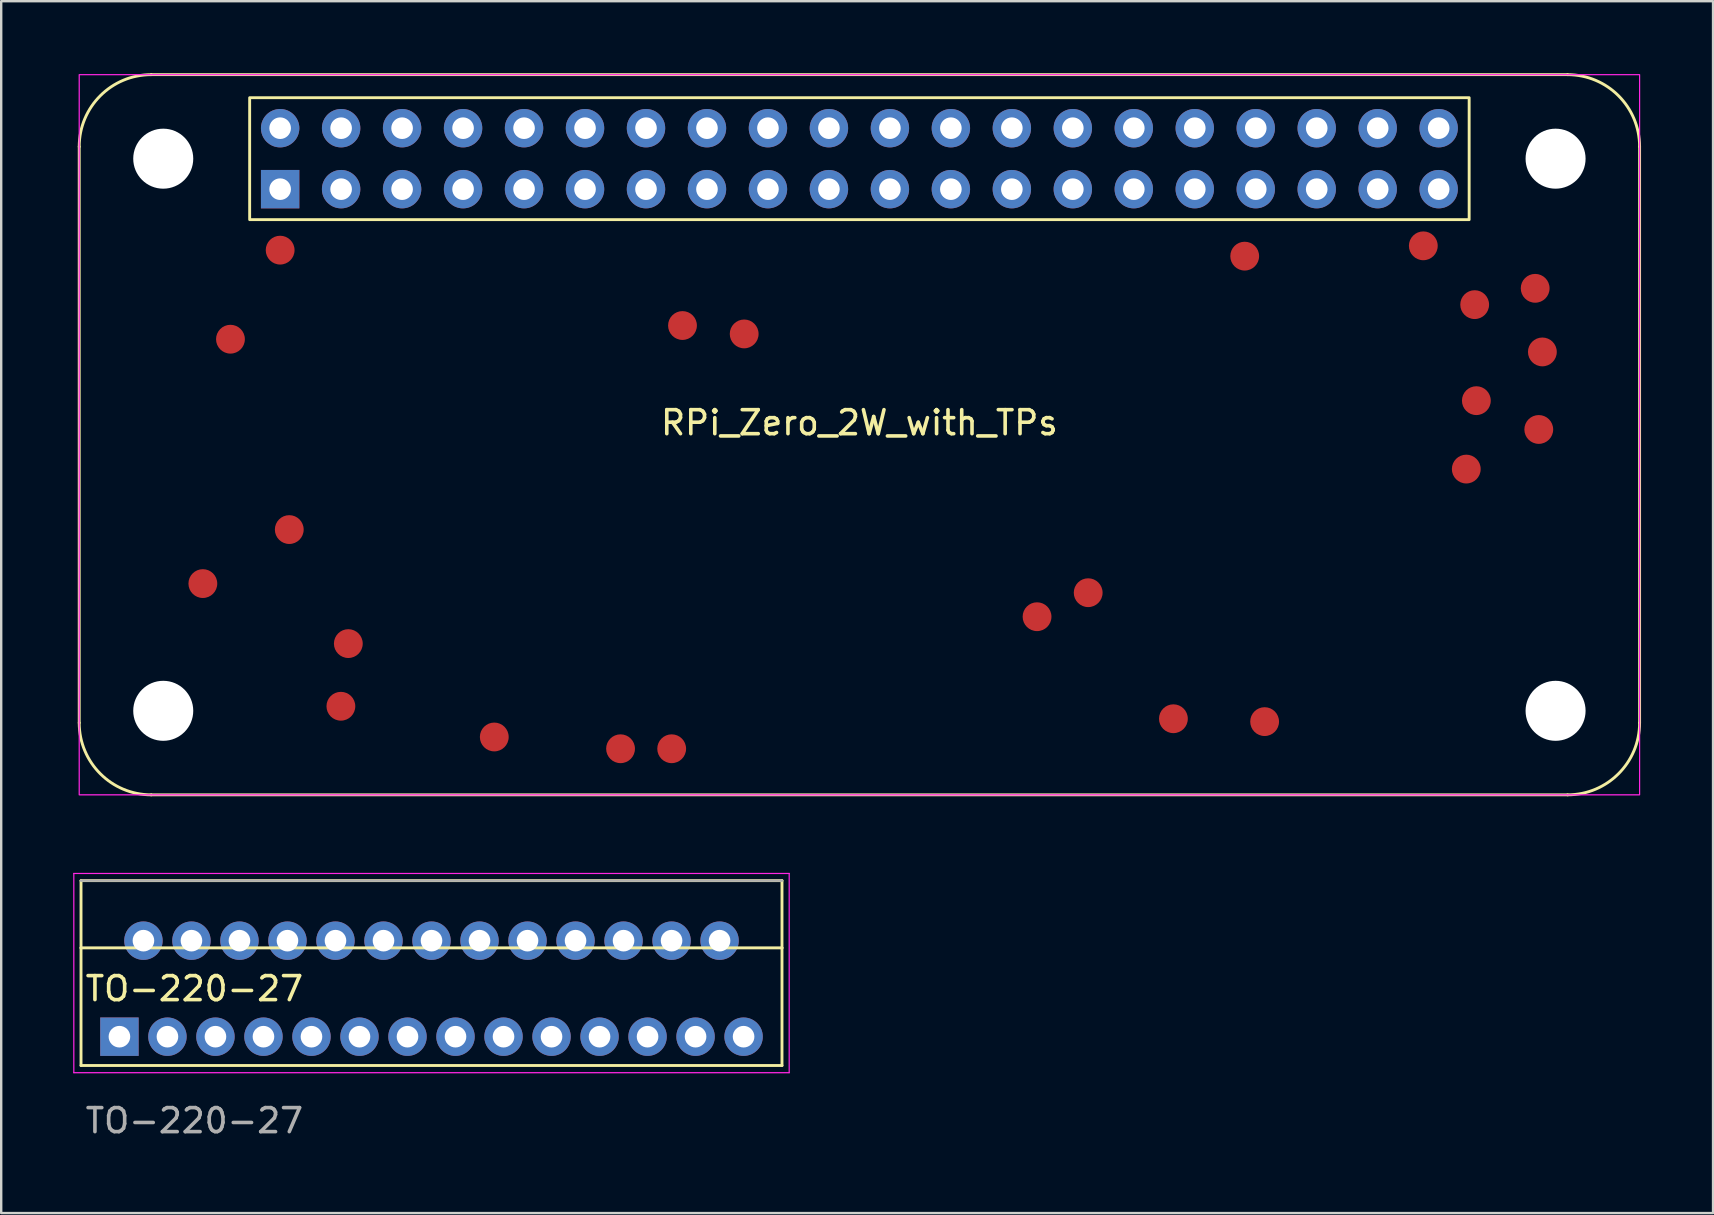
<source format=kicad_pcb>
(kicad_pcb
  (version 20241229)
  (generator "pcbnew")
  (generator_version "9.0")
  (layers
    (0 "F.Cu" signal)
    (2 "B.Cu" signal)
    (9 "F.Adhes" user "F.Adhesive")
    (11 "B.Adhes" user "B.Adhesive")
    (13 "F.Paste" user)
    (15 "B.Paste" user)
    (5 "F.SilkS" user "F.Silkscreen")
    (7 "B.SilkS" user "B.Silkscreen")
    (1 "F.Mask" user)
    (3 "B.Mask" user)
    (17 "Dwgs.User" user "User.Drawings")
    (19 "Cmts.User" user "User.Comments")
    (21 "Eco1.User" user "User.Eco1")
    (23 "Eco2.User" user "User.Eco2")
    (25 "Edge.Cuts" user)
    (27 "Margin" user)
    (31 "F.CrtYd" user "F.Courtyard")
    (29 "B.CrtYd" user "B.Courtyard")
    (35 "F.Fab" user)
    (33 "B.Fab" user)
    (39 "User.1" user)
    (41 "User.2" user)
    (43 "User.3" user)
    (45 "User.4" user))
  (footprint "RPi_Zero_2W_with_TPs"
    (layer "F.Cu")
    (at 0.25 30.06)
    (property "Reference" "RPi_Zero_2W_with_TPs" (at 32.5 -15.5 0) (unlocked yes) (layer "F.SilkS") (effects (font (size 1 1) (thickness 0.15))))
    (attr through_hole)
    (fp_line (start 0 -3) (end 0 -27) (stroke (width 0.12) (type solid)) (layer "F.SilkS"))
    (fp_line (start 3 -30) (end 62 -30) (stroke (width 0.12) (type solid)) (layer "F.SilkS"))
    (fp_line (start 62 0) (end 3 0) (stroke (width 0.12) (type solid)) (layer "F.SilkS"))
    (fp_line (start 65 -27) (end 65 -3) (stroke (width 0.12) (type solid)) (layer "F.SilkS"))
    (fp_rect (start 57.9 -23.96) (end 7.1 -29.04) (stroke (width 0.12) (type solid)) (fill no) (layer "F.SilkS"))
    (fp_arc (start 0 -27) (mid 0.87868 -29.12132) (end 3 -30) (stroke (width 0.12) (type solid)) (layer "F.SilkS"))
    (fp_arc (start 3 0) (mid 0.87868 -0.87868) (end 0 -3) (stroke (width 0.12) (type solid)) (layer "F.SilkS"))
    (fp_arc (start 62 -30) (mid 64.12132 -29.12132) (end 65 -27) (stroke (width 0.12) (type solid)) (layer "F.SilkS"))
    (fp_arc (start 65 -3) (mid 64.12132 -0.87868) (end 62 0) (stroke (width 0.12) (type solid)) (layer "F.SilkS"))
    (fp_rect (start 0 -30) (end 65 0) (stroke (width 0.05) (type solid)) (fill no) (layer "F.CrtYd"))
    (pad "" np_thru_hole circle (at 3.5 -26.5) (size 2.5 2.5) (drill 2.5) (layers "*.Cu" "*.Mask"))
    (pad "" np_thru_hole circle (at 3.5 -3.5) (size 2.5 2.5) (drill 2.5) (layers "*.Cu" "*.Mask"))
    (pad "" np_thru_hole circle (at 61.5 -26.5) (size 2.5 2.5) (drill 2.5) (layers "*.Cu" "*.Mask"))
    (pad "" np_thru_hole circle (at 61.5 -3.5) (size 2.5 2.5) (drill 2.5) (layers "*.Cu" "*.Mask"))
    (pad "1" thru_hole rect (at 8.37 -25.23) (size 1.6 1.6) (drill 0.9) (layers "*.Cu" "*.Mask"))
    (pad "2" thru_hole circle (at 8.37 -27.77) (size 1.6 1.6) (drill 0.9) (layers "*.Cu" "*.Mask"))
    (pad "3" thru_hole circle (at 10.91 -25.23) (size 1.6 1.6) (drill 0.9) (layers "*.Cu" "*.Mask"))
    (pad "4" thru_hole circle (at 10.91 -27.77) (size 1.6 1.6) (drill 0.9) (layers "*.Cu" "*.Mask"))
    (pad "5" thru_hole circle (at 13.45 -25.23) (size 1.6 1.6) (drill 0.9) (layers "*.Cu" "*.Mask"))
    (pad "6" thru_hole circle (at 13.45 -27.77) (size 1.6 1.6) (drill 0.9) (layers "*.Cu" "*.Mask"))
    (pad "7" thru_hole circle (at 15.99 -25.23) (size 1.6 1.6) (drill 0.9) (layers "*.Cu" "*.Mask"))
    (pad "8" thru_hole circle (at 15.99 -27.77) (size 1.6 1.6) (drill 0.9) (layers "*.Cu" "*.Mask"))
    (pad "9" thru_hole circle (at 18.53 -25.23) (size 1.6 1.6) (drill 0.9) (layers "*.Cu" "*.Mask"))
    (pad "10" thru_hole circle (at 18.53 -27.77) (size 1.6 1.6) (drill 0.9) (layers "*.Cu" "*.Mask"))
    (pad "11" thru_hole circle (at 21.07 -25.23) (size 1.6 1.6) (drill 0.9) (layers "*.Cu" "*.Mask"))
    (pad "12" thru_hole circle (at 21.07 -27.77) (size 1.6 1.6) (drill 0.9) (layers "*.Cu" "*.Mask"))
    (pad "13" thru_hole circle (at 23.61 -25.23) (size 1.6 1.6) (drill 0.9) (layers "*.Cu" "*.Mask"))
    (pad "14" thru_hole circle (at 23.61 -27.77) (size 1.6 1.6) (drill 0.9) (layers "*.Cu" "*.Mask"))
    (pad "15" thru_hole circle (at 26.15 -25.23) (size 1.6 1.6) (drill 0.9) (layers "*.Cu" "*.Mask"))
    (pad "16" thru_hole circle (at 26.15 -27.77) (size 1.6 1.6) (drill 0.9) (layers "*.Cu" "*.Mask"))
    (pad "17" thru_hole circle (at 28.69 -25.23) (size 1.6 1.6) (drill 0.9) (layers "*.Cu" "*.Mask"))
    (pad "18" thru_hole circle (at 28.69 -27.77) (size 1.6 1.6) (drill 0.9) (layers "*.Cu" "*.Mask"))
    (pad "19" thru_hole circle (at 31.23 -25.23) (size 1.6 1.6) (drill 0.9) (layers "*.Cu" "*.Mask"))
    (pad "20" thru_hole circle (at 31.23 -27.77) (size 1.6 1.6) (drill 0.9) (layers "*.Cu" "*.Mask"))
    (pad "21" thru_hole circle (at 33.77 -25.23) (size 1.6 1.6) (drill 0.9) (layers "*.Cu" "*.Mask"))
    (pad "22" thru_hole circle (at 33.77 -27.77) (size 1.6 1.6) (drill 0.9) (layers "*.Cu" "*.Mask"))
    (pad "23" thru_hole circle (at 36.31 -25.23) (size 1.6 1.6) (drill 0.9) (layers "*.Cu" "*.Mask"))
    (pad "24" thru_hole circle (at 36.31 -27.77) (size 1.6 1.6) (drill 0.9) (layers "*.Cu" "*.Mask"))
    (pad "25" thru_hole circle (at 38.85 -25.23) (size 1.6 1.6) (drill 0.9) (layers "*.Cu" "*.Mask"))
    (pad "26" thru_hole circle (at 38.85 -27.77) (size 1.6 1.6) (drill 0.9) (layers "*.Cu" "*.Mask"))
    (pad "27" thru_hole circle (at 41.39 -25.23) (size 1.6 1.6) (drill 0.9) (layers "*.Cu" "*.Mask"))
    (pad "28" thru_hole circle (at 41.39 -27.77) (size 1.6 1.6) (drill 0.9) (layers "*.Cu" "*.Mask"))
    (pad "29" thru_hole circle (at 43.93 -25.23) (size 1.6 1.6) (drill 0.9) (layers "*.Cu" "*.Mask"))
    (pad "30" thru_hole circle (at 43.93 -27.77) (size 1.6 1.6) (drill 0.9) (layers "*.Cu" "*.Mask"))
    (pad "31" thru_hole circle (at 46.47 -25.23) (size 1.6 1.6) (drill 0.9) (layers "*.Cu" "*.Mask"))
    (pad "32" thru_hole circle (at 46.47 -27.77) (size 1.6 1.6) (drill 0.9) (layers "*.Cu" "*.Mask"))
    (pad "33" thru_hole circle (at 49.01 -25.23) (size 1.6 1.6) (drill 0.9) (layers "*.Cu" "*.Mask"))
    (pad "34" thru_hole circle (at 49.01 -27.77) (size 1.6 1.6) (drill 0.9) (layers "*.Cu" "*.Mask"))
    (pad "35" thru_hole circle (at 51.55 -25.23) (size 1.6 1.6) (drill 0.9) (layers "*.Cu" "*.Mask"))
    (pad "36" thru_hole circle (at 51.55 -27.77) (size 1.6 1.6) (drill 0.9) (layers "*.Cu" "*.Mask"))
    (pad "37" thru_hole circle (at 54.09 -25.23) (size 1.6 1.6) (drill 0.9) (layers "*.Cu" "*.Mask"))
    (pad "38" thru_hole circle (at 54.09 -27.77) (size 1.6 1.6) (drill 0.9) (layers "*.Cu" "*.Mask"))
    (pad "39" thru_hole circle (at 56.63 -25.23) (size 1.6 1.6) (drill 0.9) (layers "*.Cu" "*.Mask"))
    (pad "40" thru_hole circle (at 56.63 -27.77) (size 1.6 1.6) (drill 0.9) (layers "*.Cu" "*.Mask"))
    (pad "TP_1V8" smd circle (at 42.03 -8.42) (size 1.2 1.2) (layers "F.Cu" "F.Mask" "F.Paste"))
    (pad "TP_3V3" smd circle (at 48.55 -22.44) (size 1.2 1.2) (layers "F.Cu" "F.Mask" "F.Paste"))
    (pad "TP_5V" smd circle (at 8.75 -11.05) (size 1.2 1.2) (layers "F.Cu" "F.Mask" "F.Paste"))
    (pad "TP_5V" smd circle (at 11.21 -6.3) (size 1.2 1.2) (layers "F.Cu" "F.Mask" "F.Paste"))
    (pad "TP_BT_ON" smd circle (at 25.13 -19.55) (size 1.2 1.2) (layers "F.Cu" "F.Mask" "F.Paste"))
    (pad "TP_CORE" smd circle (at 6.3 -18.98) (size 1.2 1.2) (layers "F.Cu" "F.Mask" "F.Paste"))
    (pad "TP_GND" smd circle (at 10.9 -3.69) (size 1.2 1.2) (layers "F.Cu" "F.Mask" "F.Paste"))
    (pad "TP_GND" smd circle (at 17.29 -2.41) (size 1.2 1.2) (layers "F.Cu" "F.Mask" "F.Paste"))
    (pad "TP_GND" smd circle (at 49.38 -3.05) (size 1.2 1.2) (layers "F.Cu" "F.Mask" "F.Paste"))
    (pad "TP_GND" smd circle (at 55.99 -22.87) (size 1.2 1.2) (layers "F.Cu" "F.Mask" "F.Paste"))
    (pad "TP_OTG" smd circle (at 39.9 -7.42) (size 1.2 1.2) (layers "F.Cu" "F.Mask" "F.Paste"))
    (pad "TP_RUN" smd circle (at 8.37 -22.69) (size 1.2 1.2) (layers "F.Cu" "F.Mask" "F.Paste"))
    (pad "TP_SD_CLK" smd circle (at 60.95 -18.45) (size 1.2 1.2) (layers "F.Cu" "F.Mask" "F.Paste"))
    (pad "TP_SD_CMD" smd circle (at 58.2 -16.42) (size 1.2 1.2) (layers "F.Cu" "F.Mask" "F.Paste"))
    (pad "TP_SD_DAT0" smd circle (at 58.13 -20.42) (size 1.2 1.2) (layers "F.Cu" "F.Mask" "F.Paste"))
    (pad "TP_SD_DAT1" smd circle (at 60.65 -21.1) (size 1.2 1.2) (layers "F.Cu" "F.Mask" "F.Paste"))
    (pad "TP_SD_DAT2" smd circle (at 57.78 -13.57) (size 1.2 1.2) (layers "F.Cu" "F.Mask" "F.Paste"))
    (pad "TP_SD_DAT3" smd circle (at 60.8 -15.22) (size 1.2 1.2) (layers "F.Cu" "F.Mask" "F.Paste"))
    (pad "TP_STATUS_LED" smd circle (at 5.15 -8.8) (size 1.2 1.2) (layers "F.Cu" "F.Mask" "F.Paste"))
    (pad "TP_TV" smd circle (at 45.58 -3.17) (size 1.2 1.2) (layers "F.Cu" "F.Mask" "F.Paste"))
    (pad "TP_USB_DM" smd circle (at 24.68 -1.92) (size 1.2 1.2) (layers "F.Cu" "F.Mask" "F.Paste"))
    (pad "TP_USB_DP" smd circle (at 22.55 -1.92) (size 1.2 1.2) (layers "F.Cu" "F.Mask" "F.Paste"))
    (pad "TP_WL_ON" smd circle (at 27.7 -19.2) (size 1.2 1.2) (layers "F.Cu" "F.Mask" "F.Paste")))
  (footprint "TO-220-27"
    (layer "F.Cu")
    (at 1.925 40.135)
    (property "Reference" "TO-220-27" (at -1.5 -2 0) (unlocked yes) (layer "F.SilkS") (effects (font (size 1 1) (thickness 0.15)) (justify left)))
    (attr through_hole)
    (fp_line (start -1.6 -6.5) (end -1.6 -3.7) (stroke (width 0.12) (type solid)) (layer "F.SilkS"))
    (fp_line (start -1.6 -6.5) (end 27.6 -6.5) (stroke (width 0.12) (type solid)) (layer "F.SilkS"))
    (fp_line (start -1.6 -3.7) (end -1.6 1.2) (stroke (width 0.12) (type solid)) (layer "F.SilkS"))
    (fp_line (start -1.6 -3.7) (end 27.6 -3.7) (stroke (width 0.12) (type solid)) (layer "F.SilkS"))
    (fp_line (start -1.6 1.2) (end 27.6 1.2) (stroke (width 0.12) (type solid)) (layer "F.SilkS"))
    (fp_line (start 27.6 -6.5) (end 27.6 -3.7) (stroke (width 0.12) (type solid)) (layer "F.SilkS"))
    (fp_line (start 27.6 -3.7) (end 27.6 1.2) (stroke (width 0.12) (type solid)) (layer "F.SilkS"))
    (fp_line (start -1.9 1.5) (end -1.9 -6.8) (stroke (width 0.05) (type solid)) (layer "F.CrtYd"))
    (fp_line (start -1.9 1.5) (end 27.9 1.5) (stroke (width 0.05) (type solid)) (layer "F.CrtYd"))
    (fp_line (start 27.9 -6.8) (end -1.9 -6.8) (stroke (width 0.05) (type solid)) (layer "F.CrtYd"))
    (fp_line (start 27.9 1.5) (end 27.9 -6.8) (stroke (width 0.05) (type solid)) (layer "F.CrtYd"))
    (fp_line (start 27.6 -6.5) (end -1.6 -6.5) (stroke (width 0.1) (type solid)) (layer "F.Fab"))
    (fp_text user "${REFERENCE}" (at -1.5 3.5 0) (unlocked yes) (layer "F.Fab") (effects (font (size 1 1) (thickness 0.15)) (justify left)))
    (pad "1" thru_hole rect (at 0 0) (size 1.6 1.6) (drill 0.9) (layers "*.Cu" "*.Mask"))
    (pad "2" thru_hole circle (at 1 -4) (size 1.6 1.6) (drill 0.9) (layers "*.Cu" "*.Mask"))
    (pad "3" thru_hole circle (at 2 0) (size 1.6 1.6) (drill 0.9) (layers "*.Cu" "*.Mask"))
    (pad "4" thru_hole circle (at 3 -4) (size 1.6 1.6) (drill 0.9) (layers "*.Cu" "*.Mask"))
    (pad "5" thru_hole circle (at 4 0) (size 1.6 1.6) (drill 0.9) (layers "*.Cu" "*.Mask"))
    (pad "6" thru_hole circle (at 5 -4) (size 1.6 1.6) (drill 0.9) (layers "*.Cu" "*.Mask"))
    (pad "7" thru_hole circle (at 6 0) (size 1.6 1.6) (drill 0.9) (layers "*.Cu" "*.Mask"))
    (pad "8" thru_hole circle (at 7 -4) (size 1.6 1.6) (drill 0.9) (layers "*.Cu" "*.Mask"))
    (pad "9" thru_hole circle (at 8 0) (size 1.6 1.6) (drill 0.9) (layers "*.Cu" "*.Mask"))
    (pad "10" thru_hole circle (at 9 -4) (size 1.6 1.6) (drill 0.9) (layers "*.Cu" "*.Mask"))
    (pad "11" thru_hole circle (at 10 0) (size 1.6 1.6) (drill 0.9) (layers "*.Cu" "*.Mask"))
    (pad "12" thru_hole circle (at 11 -4) (size 1.6 1.6) (drill 0.9) (layers "*.Cu" "*.Mask"))
    (pad "13" thru_hole circle (at 12 0) (size 1.6 1.6) (drill 0.9) (layers "*.Cu" "*.Mask"))
    (pad "14" thru_hole circle (at 13 -4) (size 1.6 1.6) (drill 0.9) (layers "*.Cu" "*.Mask"))
    (pad "15" thru_hole circle (at 14 0) (size 1.6 1.6) (drill 0.9) (layers "*.Cu" "*.Mask"))
    (pad "16" thru_hole circle (at 15 -4) (size 1.6 1.6) (drill 0.9) (layers "*.Cu" "*.Mask"))
    (pad "17" thru_hole circle (at 16 0) (size 1.6 1.6) (drill 0.9) (layers "*.Cu" "*.Mask"))
    (pad "18" thru_hole circle (at 17 -4) (size 1.6 1.6) (drill 0.9) (layers "*.Cu" "*.Mask"))
    (pad "19" thru_hole circle (at 18 0) (size 1.6 1.6) (drill 0.9) (layers "*.Cu" "*.Mask"))
    (pad "20" thru_hole circle (at 19 -4) (size 1.6 1.6) (drill 0.9) (layers "*.Cu" "*.Mask"))
    (pad "21" thru_hole circle (at 20 0) (size 1.6 1.6) (drill 0.9) (layers "*.Cu" "*.Mask"))
    (pad "22" thru_hole circle (at 21 -4) (size 1.6 1.6) (drill 0.9) (layers "*.Cu" "*.Mask"))
    (pad "23" thru_hole circle (at 22 0) (size 1.6 1.6) (drill 0.9) (layers "*.Cu" "*.Mask"))
    (pad "24" thru_hole circle (at 23 -4) (size 1.6 1.6) (drill 0.9) (layers "*.Cu" "*.Mask"))
    (pad "25" thru_hole circle (at 24 0) (size 1.6 1.6) (drill 0.9) (layers "*.Cu" "*.Mask"))
    (pad "26" thru_hole circle (at 25 -4) (size 1.6 1.6) (drill 0.9) (layers "*.Cu" "*.Mask"))
    (pad "27" thru_hole circle (at 26 0) (size 1.6 1.6) (drill 0.9) (layers "*.Cu" "*.Mask")))
  (gr_rect
    (start -3 -3)
    (end 68.31 47.483)
    (stroke (width 0.1) (type default))
    (fill no)
    (layer "Edge.Cuts")))
</source>
